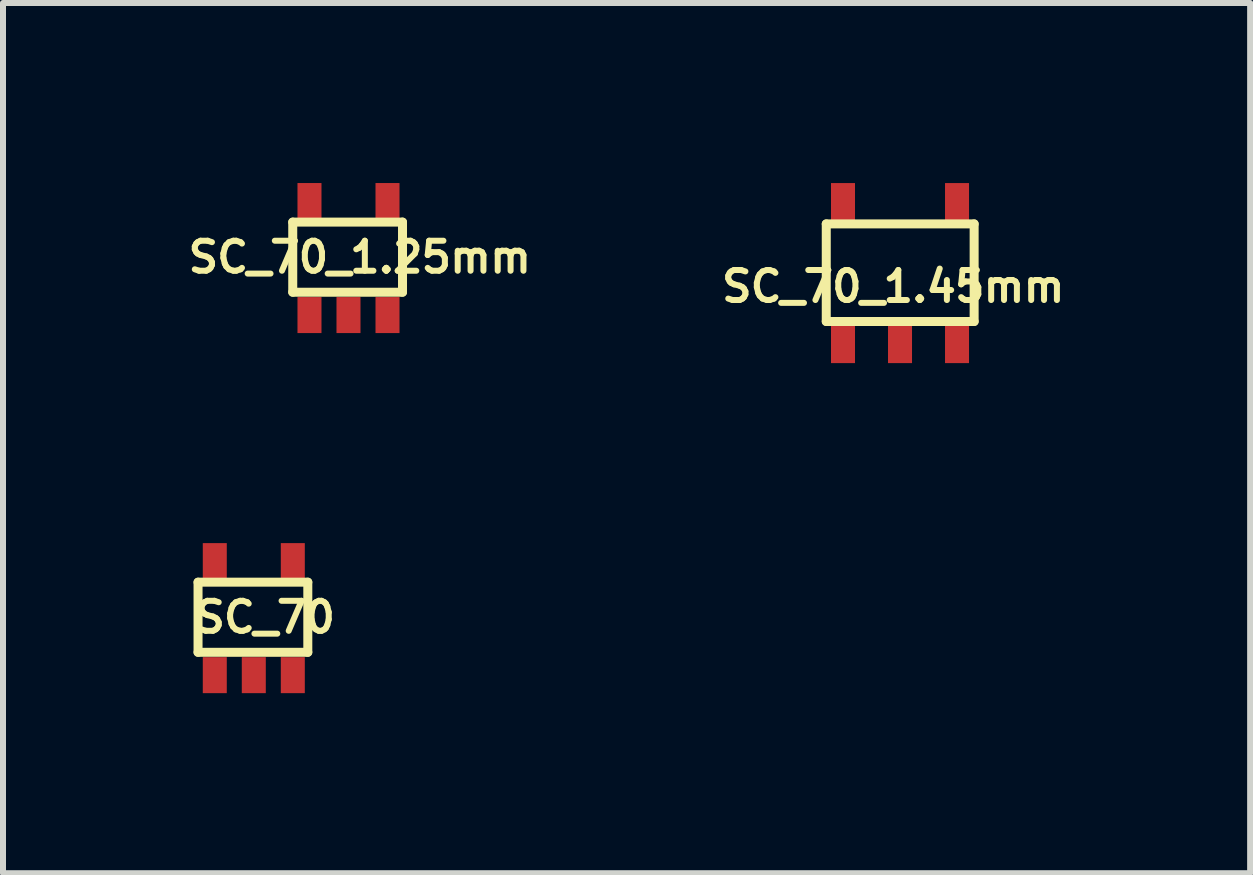
<source format=kicad_pcb>
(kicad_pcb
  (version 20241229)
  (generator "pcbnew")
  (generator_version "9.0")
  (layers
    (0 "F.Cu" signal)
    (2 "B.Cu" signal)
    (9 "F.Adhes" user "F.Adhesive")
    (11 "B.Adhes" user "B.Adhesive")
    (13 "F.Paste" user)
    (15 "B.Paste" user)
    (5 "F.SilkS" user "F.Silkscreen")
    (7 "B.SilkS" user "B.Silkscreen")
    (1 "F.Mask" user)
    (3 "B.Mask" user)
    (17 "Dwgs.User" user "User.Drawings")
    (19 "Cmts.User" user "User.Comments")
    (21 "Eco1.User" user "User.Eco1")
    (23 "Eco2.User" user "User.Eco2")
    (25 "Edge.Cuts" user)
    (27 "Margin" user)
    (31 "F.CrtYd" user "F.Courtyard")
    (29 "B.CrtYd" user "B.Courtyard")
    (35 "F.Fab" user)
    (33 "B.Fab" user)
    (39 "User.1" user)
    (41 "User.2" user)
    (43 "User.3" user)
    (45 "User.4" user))
  (footprint "SC_70"
    (layer "F.Cu")
    (at 0.25 7.819)
    (property "Reference" "SC_70" (at 1.118 -0.584 0) (layer "F.SilkS") (effects (font (size 0.5 0.5) (thickness 0.1))))
    (attr through_hole)
    (fp_line (start 0 -1.168) (end 0 0) (stroke (width 0.15) (type solid)) (layer "F.SilkS"))
    (fp_line (start 0 -1.168) (end 1.829 -1.168) (stroke (width 0.15) (type solid)) (layer "F.SilkS"))
    (fp_line (start 0 0) (end 1.829 0) (stroke (width 0.15) (type solid)) (layer "F.SilkS"))
    (fp_line (start 1.829 -1.168) (end 1.829 0) (stroke (width 0.15) (type solid)) (layer "F.SilkS"))
    (pad "1" smd rect (at 0.279 0.381) (size 0.4 0.6) (layers "F.Cu" "F.Mask" "F.Paste"))
    (pad "2" smd rect (at 0.929 0.381) (size 0.4 0.6) (layers "F.Cu" "F.Mask" "F.Paste"))
    (pad "3" smd rect (at 1.579 0.381) (size 0.4 0.6) (layers "F.Cu" "F.Mask" "F.Paste"))
    (pad "4" smd rect (at 1.579 -1.519) (size 0.4 0.6) (layers "F.Cu" "F.Mask" "F.Paste"))
    (pad "5" smd rect (at 0.279 -1.519) (size 0.4 0.6) (layers "F.Cu" "F.Mask" "F.Paste")))
  (footprint "SC_70_1.25mm"
    (layer "F.Cu")
    (at 1.828 1.819)
    (property "Reference" "SC_70_1.25mm" (at 1.118 -0.584 0) (layer "F.SilkS") (effects (font (size 0.5 0.5) (thickness 0.1))))
    (attr through_hole)
    (fp_line (start 0 -1.168) (end 0 0) (stroke (width 0.15) (type solid)) (layer "F.SilkS"))
    (fp_line (start 0 -1.168) (end 1.829 -1.168) (stroke (width 0.15) (type solid)) (layer "F.SilkS"))
    (fp_line (start 0 0) (end 1.829 0) (stroke (width 0.15) (type solid)) (layer "F.SilkS"))
    (fp_line (start 1.829 -1.168) (end 1.829 0) (stroke (width 0.15) (type solid)) (layer "F.SilkS"))
    (pad "1" smd rect (at 0.279 0.381) (size 0.4 0.6) (layers "F.Cu" "F.Mask" "F.Paste"))
    (pad "2" smd rect (at 0.929 0.381) (size 0.4 0.6) (layers "F.Cu" "F.Mask" "F.Paste"))
    (pad "3" smd rect (at 1.579 0.381) (size 0.4 0.6) (layers "F.Cu" "F.Mask" "F.Paste"))
    (pad "4" smd rect (at 1.579 -1.519) (size 0.4 0.6) (layers "F.Cu" "F.Mask" "F.Paste"))
    (pad "5" smd rect (at 0.279 -1.519) (size 0.4 0.6) (layers "F.Cu" "F.Mask" "F.Paste")))
  (footprint "SC_70_1.45mm"
    (layer "F.Cu")
    (at 11.937 2.688)
    (property "Reference" "SC_70_1.45mm" (at -0.102 -0.965 0) (layer "F.SilkS") (effects (font (size 0.5 0.5) (thickness 0.1))))
    (attr through_hole)
    (fp_line (start -1.219 -0.381) (end -1.219 -2.007) (stroke (width 0.15) (type solid)) (layer "F.SilkS"))
    (fp_line (start -1.219 -0.381) (end 1.245 -0.381) (stroke (width 0.15) (type solid)) (layer "F.SilkS"))
    (fp_line (start 1.245 -2.007) (end -1.219 -2.007) (stroke (width 0.15) (type solid)) (layer "F.SilkS"))
    (fp_line (start 1.245 -0.381) (end 1.245 -2.007) (stroke (width 0.15) (type solid)) (layer "F.SilkS"))
    (pad "1" smd rect (at -0.94 0) (size 0.4 0.625) (layers "F.Cu" "F.Mask" "F.Paste"))
    (pad "2" smd rect (at 0.01 0) (size 0.4 0.625) (layers "F.Cu" "F.Mask" "F.Paste"))
    (pad "3" smd rect (at 0.96 0) (size 0.4 0.625) (layers "F.Cu" "F.Mask" "F.Paste"))
    (pad "4" smd rect (at 0.96 -2.375) (size 0.4 0.625) (layers "F.Cu" "F.Mask" "F.Paste"))
    (pad "5" smd rect (at -0.94 -2.375) (size 0.4 0.625) (layers "F.Cu" "F.Mask" "F.Paste")))
  (gr_rect
    (start -3 -3)
    (end 17.781 11.5)
    (stroke (width 0.1) (type default))
    (fill no)
    (layer "Edge.Cuts")))
</source>
